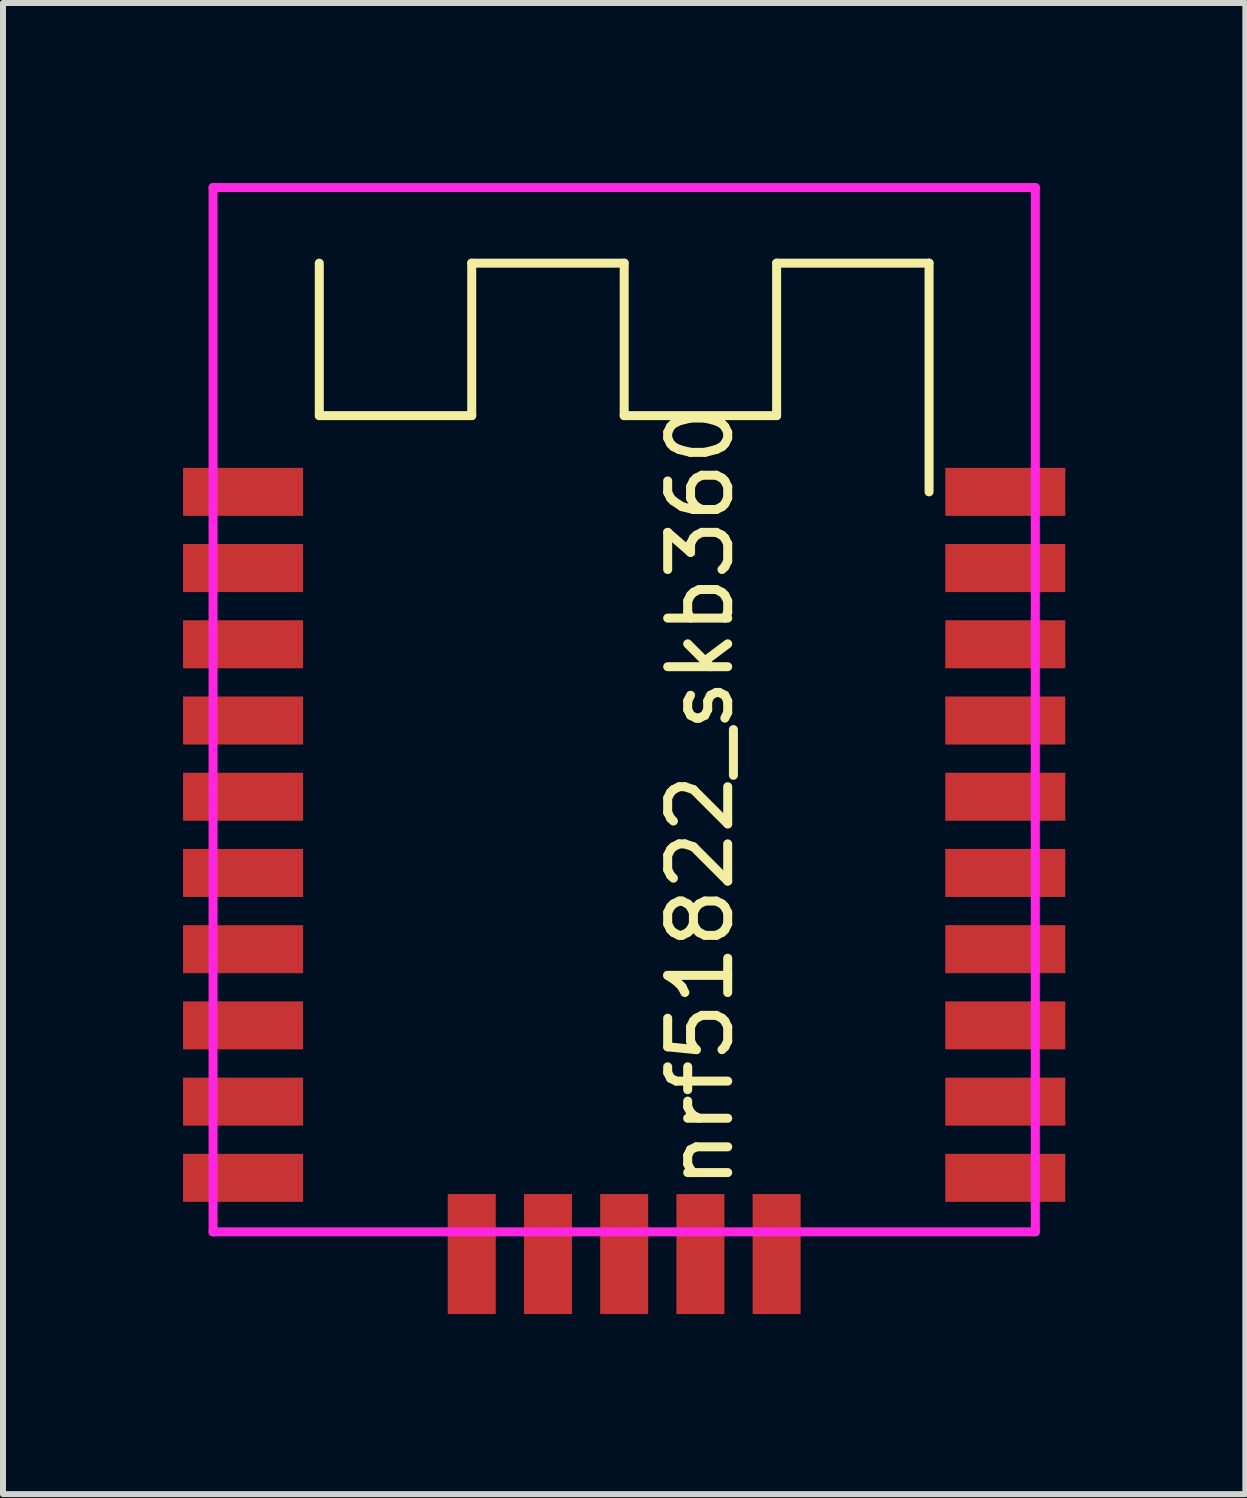
<source format=kicad_pcb>
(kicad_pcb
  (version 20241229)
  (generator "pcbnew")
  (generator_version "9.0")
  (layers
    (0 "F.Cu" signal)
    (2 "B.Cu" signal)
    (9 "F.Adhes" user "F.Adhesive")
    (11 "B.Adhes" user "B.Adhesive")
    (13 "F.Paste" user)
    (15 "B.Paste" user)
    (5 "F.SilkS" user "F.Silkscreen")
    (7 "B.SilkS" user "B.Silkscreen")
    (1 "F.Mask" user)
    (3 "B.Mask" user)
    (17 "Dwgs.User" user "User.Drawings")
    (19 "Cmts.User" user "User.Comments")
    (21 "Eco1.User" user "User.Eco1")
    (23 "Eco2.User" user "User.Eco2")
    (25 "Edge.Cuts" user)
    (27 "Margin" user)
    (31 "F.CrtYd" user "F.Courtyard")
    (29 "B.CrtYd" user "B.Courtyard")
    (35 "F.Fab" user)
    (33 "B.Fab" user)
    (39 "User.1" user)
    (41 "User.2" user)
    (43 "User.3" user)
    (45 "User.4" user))
  (footprint "nrf51822_skb360"
    (layer "F.Cu")
    (at 7.35 16.575)
    (property "Reference" "nrf51822_skb360" (at 1.27 -6.35 90) (layer "F.SilkS") (effects (font (size 1 1) (thickness 0.15))))
    (attr through_hole)
    (fp_line (start -5.08 -12.7) (end -5.08 -15.24) (stroke (width 0.15) (type solid)) (layer "F.SilkS"))
    (fp_line (start -2.54 -15.24) (end -2.54 -12.7) (stroke (width 0.15) (type solid)) (layer "F.SilkS"))
    (fp_line (start -2.54 -12.7) (end -5.08 -12.7) (stroke (width 0.15) (type solid)) (layer "F.SilkS"))
    (fp_line (start 0 -15.24) (end -2.54 -15.24) (stroke (width 0.15) (type solid)) (layer "F.SilkS"))
    (fp_line (start 0 -12.7) (end 0 -15.24) (stroke (width 0.15) (type solid)) (layer "F.SilkS"))
    (fp_line (start 2.54 -15.24) (end 2.54 -12.7) (stroke (width 0.15) (type solid)) (layer "F.SilkS"))
    (fp_line (start 2.54 -12.7) (end 0 -12.7) (stroke (width 0.15) (type solid)) (layer "F.SilkS"))
    (fp_line (start 5.08 -15.24) (end 2.54 -15.24) (stroke (width 0.15) (type solid)) (layer "F.SilkS"))
    (fp_line (start 5.08 -11.43) (end 5.08 -15.24) (stroke (width 0.15) (type solid)) (layer "F.SilkS"))
    (fp_line (start -6.85 -16.5) (end -6.85 0.9) (stroke (width 0.15) (type solid)) (layer "F.CrtYd"))
    (fp_line (start -6.85 0.9) (end 6.85 0.9) (stroke (width 0.15) (type solid)) (layer "F.CrtYd"))
    (fp_line (start 6.85 -16.5) (end -6.85 -16.5) (stroke (width 0.15) (type solid)) (layer "F.CrtYd"))
    (fp_line (start 6.85 0.9) (end 6.85 -16.5) (stroke (width 0.15) (type solid)) (layer "F.CrtYd"))
    (pad "1" smd rect (at -6.35 -11.43) (size 2 0.8) (layers "F.Cu" "F.Mask" "F.Paste"))
    (pad "2" smd rect (at -6.35 -10.16) (size 2 0.8) (layers "F.Cu" "F.Mask" "F.Paste"))
    (pad "3" smd rect (at -6.35 -8.89) (size 2 0.8) (layers "F.Cu" "F.Mask" "F.Paste"))
    (pad "4" smd rect (at -6.35 -7.62) (size 2 0.8) (layers "F.Cu" "F.Mask" "F.Paste"))
    (pad "5" smd rect (at -6.35 -6.35) (size 2 0.8) (layers "F.Cu" "F.Mask" "F.Paste"))
    (pad "6" smd rect (at -6.35 -5.08) (size 2 0.8) (layers "F.Cu" "F.Mask" "F.Paste"))
    (pad "7" smd rect (at -6.35 -3.81) (size 2 0.8) (layers "F.Cu" "F.Mask" "F.Paste"))
    (pad "8" smd rect (at -6.35 -2.54) (size 2 0.8) (layers "F.Cu" "F.Mask" "F.Paste"))
    (pad "9" smd rect (at -6.35 -1.27) (size 2 0.8) (layers "F.Cu" "F.Mask" "F.Paste"))
    (pad "10" smd rect (at -6.35 0) (size 2 0.8) (layers "F.Cu" "F.Mask" "F.Paste"))
    (pad "11" smd rect (at -2.54 1.27 90) (size 2 0.8) (layers "F.Cu" "F.Mask" "F.Paste"))
    (pad "12" smd rect (at -1.27 1.27 90) (size 2 0.8) (layers "F.Cu" "F.Mask" "F.Paste"))
    (pad "13" smd rect (at 0 1.27 90) (size 2 0.8) (layers "F.Cu" "F.Mask" "F.Paste"))
    (pad "14" smd rect (at 1.27 1.27 90) (size 2 0.8) (layers "F.Cu" "F.Mask" "F.Paste"))
    (pad "15" smd rect (at 2.54 1.27 90) (size 2 0.8) (layers "F.Cu" "F.Mask" "F.Paste"))
    (pad "16" smd rect (at 6.35 0) (size 2 0.8) (layers "F.Cu" "F.Mask" "F.Paste"))
    (pad "17" smd rect (at 6.35 -1.27) (size 2 0.8) (layers "F.Cu" "F.Mask" "F.Paste"))
    (pad "18" smd rect (at 6.35 -2.54) (size 2 0.8) (layers "F.Cu" "F.Mask" "F.Paste"))
    (pad "19" smd rect (at 6.35 -3.81) (size 2 0.8) (layers "F.Cu" "F.Mask" "F.Paste"))
    (pad "20" smd rect (at 6.35 -5.08) (size 2 0.8) (layers "F.Cu" "F.Mask" "F.Paste"))
    (pad "21" smd rect (at 6.35 -6.35) (size 2 0.8) (layers "F.Cu" "F.Mask" "F.Paste"))
    (pad "22" smd rect (at 6.35 -7.62) (size 2 0.8) (layers "F.Cu" "F.Mask" "F.Paste"))
    (pad "23" smd rect (at 6.35 -8.89) (size 2 0.8) (layers "F.Cu" "F.Mask" "F.Paste"))
    (pad "24" smd rect (at 6.35 -10.16) (size 2 0.8) (layers "F.Cu" "F.Mask" "F.Paste"))
    (pad "25" smd rect (at 6.35 -11.43) (size 2 0.8) (layers "F.Cu" "F.Mask" "F.Paste")))
  (gr_rect
    (start -3 -3)
    (end 17.7 21.845)
    (stroke (width 0.1) (type default))
    (fill no)
    (layer "Edge.Cuts")))
</source>
